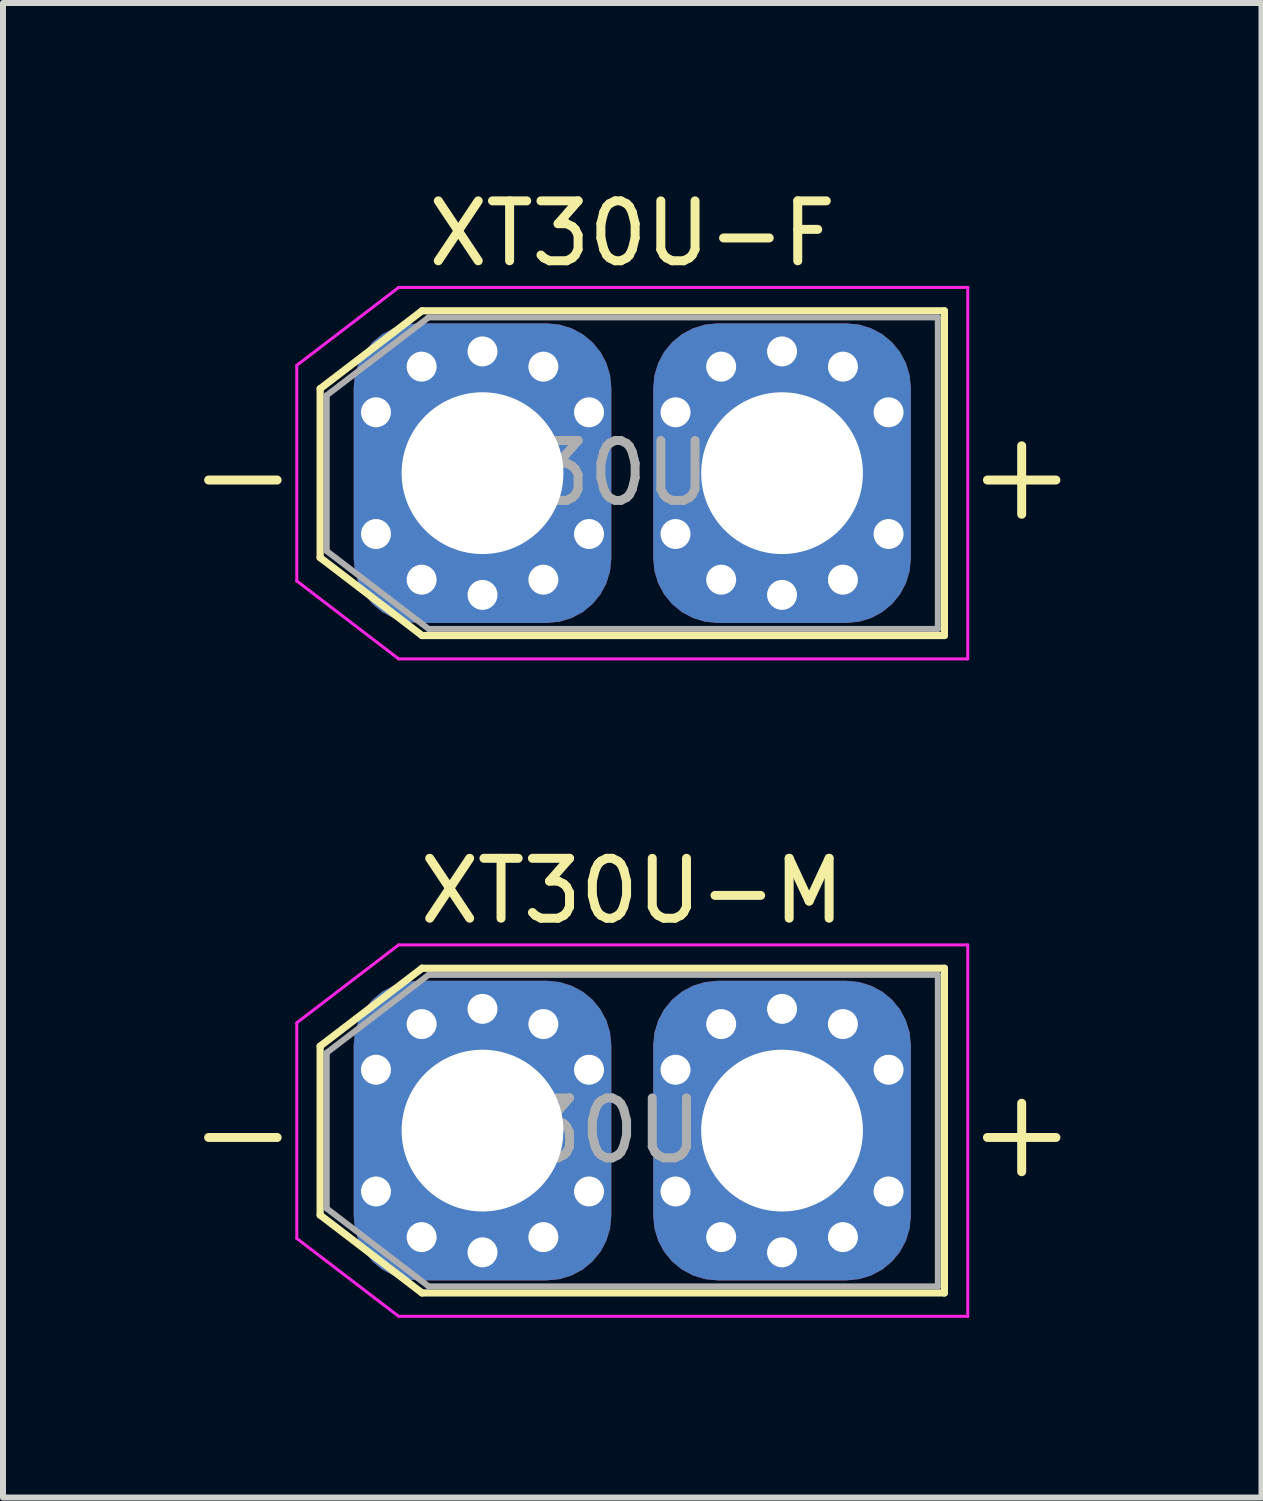
<source format=kicad_pcb>
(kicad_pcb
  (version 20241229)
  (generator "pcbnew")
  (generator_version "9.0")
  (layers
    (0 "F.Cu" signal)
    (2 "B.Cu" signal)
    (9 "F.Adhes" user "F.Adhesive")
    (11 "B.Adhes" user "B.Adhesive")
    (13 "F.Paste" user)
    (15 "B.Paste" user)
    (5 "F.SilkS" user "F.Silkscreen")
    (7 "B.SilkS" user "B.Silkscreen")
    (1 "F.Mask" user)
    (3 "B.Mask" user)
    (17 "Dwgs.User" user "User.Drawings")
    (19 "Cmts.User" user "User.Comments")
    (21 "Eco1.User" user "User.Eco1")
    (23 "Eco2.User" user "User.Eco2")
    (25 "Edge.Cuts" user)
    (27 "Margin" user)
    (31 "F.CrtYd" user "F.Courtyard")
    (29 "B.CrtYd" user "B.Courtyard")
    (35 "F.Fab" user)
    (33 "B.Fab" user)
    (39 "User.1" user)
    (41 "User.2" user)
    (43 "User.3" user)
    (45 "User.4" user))
  (footprint "XT30U-F"
    (layer "F.Cu")
    (at 5.004 4.848)
    (property "Reference" "XT30U-F" (at 2.5 -4 0) (layer "F.SilkS") (effects (font (size 1 1) (thickness 0.15))))
    (attr through_hole)
    (fp_line (start -2.71 -1.41) (end -2.71 1.41) (stroke (width 0.12) (type solid)) (layer "F.SilkS"))
    (fp_line (start -2.71 -1.41) (end -1.01 -2.71) (stroke (width 0.12) (type solid)) (layer "F.SilkS"))
    (fp_line (start -2.71 1.41) (end -1.01 2.71) (stroke (width 0.12) (type solid)) (layer "F.SilkS"))
    (fp_line (start -1.01 -2.71) (end 7.71 -2.71) (stroke (width 0.12) (type solid)) (layer "F.SilkS"))
    (fp_line (start -1.01 2.71) (end 7.71 2.71) (stroke (width 0.12) (type solid)) (layer "F.SilkS"))
    (fp_line (start 7.71 -2.71) (end 7.71 2.71) (stroke (width 0.12) (type solid)) (layer "F.SilkS"))
    (fp_line (start -3.1 -1.8) (end -3.1 1.8) (stroke (width 0.05) (type solid)) (layer "F.CrtYd"))
    (fp_line (start -3.1 -1.8) (end -1.4 -3.1) (stroke (width 0.05) (type solid)) (layer "F.CrtYd"))
    (fp_line (start -3.1 1.8) (end -1.4 3.1) (stroke (width 0.05) (type solid)) (layer "F.CrtYd"))
    (fp_line (start -1.4 -3.1) (end 8.1 -3.1) (stroke (width 0.05) (type solid)) (layer "F.CrtYd"))
    (fp_line (start -1.4 3.1) (end 8.1 3.1) (stroke (width 0.05) (type solid)) (layer "F.CrtYd"))
    (fp_line (start 8.1 -3.1) (end 8.1 3.1) (stroke (width 0.05) (type solid)) (layer "F.CrtYd"))
    (fp_line (start -2.6 -1.3) (end -2.6 1.3) (stroke (width 0.1) (type solid)) (layer "F.Fab"))
    (fp_line (start -2.6 -1.3) (end -0.9 -2.6) (stroke (width 0.1) (type solid)) (layer "F.Fab"))
    (fp_line (start -2.6 1.3) (end -0.9 2.6) (stroke (width 0.1) (type solid)) (layer "F.Fab"))
    (fp_line (start -0.9 -2.6) (end 7.6 -2.6) (stroke (width 0.1) (type solid)) (layer "F.Fab"))
    (fp_line (start -0.9 2.6) (end 7.6 2.6) (stroke (width 0.1) (type solid)) (layer "F.Fab"))
    (fp_line (start 7.6 -2.6) (end 7.6 2.6) (stroke (width 0.1) (type solid)) (layer "F.Fab"))
    (fp_text user "+" (at 9 0 0) (layer "F.SilkS") (effects (font (size 1.5 1.5) (thickness 0.15))))
    (fp_text user "-" (at -4 0 0) (layer "F.SilkS") (effects (font (size 1.5 1.5) (thickness 0.15))))
    (fp_text user "${REFERENCE}" (at 2.5 0 0) (layer "F.Fab") (effects (font (size 1 1) (thickness 0.15))))
    (pad "1" thru_hole circle (at -1.778 -1.016) (size 0.7 0.7) (drill 0.5) (layers "*.Cu" "*.Mask"))
    (pad "1" thru_hole circle (at -1.778 1.016) (size 0.7 0.7) (drill 0.5) (layers "*.Cu" "*.Mask"))
    (pad "1" thru_hole circle (at -1.016 -1.778) (size 0.7 0.7) (drill 0.5) (layers "*.Cu" "*.Mask"))
    (pad "1" thru_hole circle (at -1.016 1.778) (size 0.7 0.7) (drill 0.5) (layers "*.Cu" "*.Mask"))
    (pad "1" thru_hole circle (at 0 -2.032) (size 0.7 0.7) (drill 0.5) (layers "*.Cu" "*.Mask"))
    (pad "1" thru_hole roundrect (at 0 0) (size 4.3 5) (drill 2.7) (layers "*.Cu" "*.Mask") (roundrect_rratio 0.25))
    (pad "1" thru_hole circle (at 0 2.032) (size 0.7 0.7) (drill 0.5) (layers "*.Cu" "*.Mask"))
    (pad "1" thru_hole circle (at 1.016 -1.778) (size 0.7 0.7) (drill 0.5) (layers "*.Cu" "*.Mask"))
    (pad "1" thru_hole circle (at 1.016 1.778) (size 0.7 0.7) (drill 0.5) (layers "*.Cu" "*.Mask"))
    (pad "1" thru_hole circle (at 1.778 -1.016) (size 0.7 0.7) (drill 0.5) (layers "*.Cu" "*.Mask"))
    (pad "1" thru_hole circle (at 1.778 1.016) (size 0.7 0.7) (drill 0.5) (layers "*.Cu" "*.Mask"))
    (pad "2" thru_hole circle (at 3.222 -1.016) (size 0.7 0.7) (drill 0.5) (layers "*.Cu" "*.Mask"))
    (pad "2" thru_hole circle (at 3.222 1.016) (size 0.7 0.7) (drill 0.5) (layers "*.Cu" "*.Mask"))
    (pad "2" thru_hole circle (at 3.984 -1.778) (size 0.7 0.7) (drill 0.5) (layers "*.Cu" "*.Mask"))
    (pad "2" thru_hole circle (at 3.984 1.778) (size 0.7 0.7) (drill 0.5) (layers "*.Cu" "*.Mask"))
    (pad "2" thru_hole circle (at 5 -2.032) (size 0.7 0.7) (drill 0.5) (layers "*.Cu" "*.Mask"))
    (pad "2" thru_hole roundrect (at 5 0) (size 4.3 5) (drill 2.7) (layers "*.Cu" "*.Mask") (roundrect_rratio 0.25))
    (pad "2" thru_hole circle (at 5 2.032) (size 0.7 0.7) (drill 0.5) (layers "*.Cu" "*.Mask"))
    (pad "2" thru_hole circle (at 6.016 -1.778) (size 0.7 0.7) (drill 0.5) (layers "*.Cu" "*.Mask"))
    (pad "2" thru_hole circle (at 6.016 1.778) (size 0.7 0.7) (drill 0.5) (layers "*.Cu" "*.Mask"))
    (pad "2" thru_hole circle (at 6.778 -1.016) (size 0.7 0.7) (drill 0.5) (layers "*.Cu" "*.Mask"))
    (pad "2" thru_hole circle (at 6.778 1.016) (size 0.7 0.7) (drill 0.5) (layers "*.Cu" "*.Mask")))
  (footprint "XT30U-M"
    (layer "F.Cu")
    (at 5.004 15.822)
    (property "Reference" "XT30U-M" (at 2.5 -4 0) (layer "F.SilkS") (effects (font (size 1 1) (thickness 0.15))))
    (attr through_hole)
    (fp_line (start -2.71 -1.41) (end -2.71 1.41) (stroke (width 0.12) (type solid)) (layer "F.SilkS"))
    (fp_line (start -2.71 -1.41) (end -1.01 -2.71) (stroke (width 0.12) (type solid)) (layer "F.SilkS"))
    (fp_line (start -2.71 1.41) (end -1.01 2.71) (stroke (width 0.12) (type solid)) (layer "F.SilkS"))
    (fp_line (start -1.01 -2.71) (end 7.71 -2.71) (stroke (width 0.12) (type solid)) (layer "F.SilkS"))
    (fp_line (start -1.01 2.71) (end 7.71 2.71) (stroke (width 0.12) (type solid)) (layer "F.SilkS"))
    (fp_line (start 7.71 -2.71) (end 7.71 2.71) (stroke (width 0.12) (type solid)) (layer "F.SilkS"))
    (fp_line (start -3.1 -1.8) (end -3.1 1.8) (stroke (width 0.05) (type solid)) (layer "F.CrtYd"))
    (fp_line (start -3.1 -1.8) (end -1.4 -3.1) (stroke (width 0.05) (type solid)) (layer "F.CrtYd"))
    (fp_line (start -3.1 1.8) (end -1.4 3.1) (stroke (width 0.05) (type solid)) (layer "F.CrtYd"))
    (fp_line (start -1.4 -3.1) (end 8.1 -3.1) (stroke (width 0.05) (type solid)) (layer "F.CrtYd"))
    (fp_line (start -1.4 3.1) (end 8.1 3.1) (stroke (width 0.05) (type solid)) (layer "F.CrtYd"))
    (fp_line (start 8.1 -3.1) (end 8.1 3.1) (stroke (width 0.05) (type solid)) (layer "F.CrtYd"))
    (fp_line (start -2.6 -1.3) (end -2.6 1.3) (stroke (width 0.1) (type solid)) (layer "F.Fab"))
    (fp_line (start -2.6 -1.3) (end -0.9 -2.6) (stroke (width 0.1) (type solid)) (layer "F.Fab"))
    (fp_line (start -2.6 1.3) (end -0.9 2.6) (stroke (width 0.1) (type solid)) (layer "F.Fab"))
    (fp_line (start -0.9 -2.6) (end 7.6 -2.6) (stroke (width 0.1) (type solid)) (layer "F.Fab"))
    (fp_line (start -0.9 2.6) (end 7.6 2.6) (stroke (width 0.1) (type solid)) (layer "F.Fab"))
    (fp_line (start 7.6 -2.6) (end 7.6 2.6) (stroke (width 0.1) (type solid)) (layer "F.Fab"))
    (fp_text user "+" (at 9 0 0) (layer "F.SilkS") (effects (font (size 1.5 1.5) (thickness 0.15))))
    (fp_text user "-" (at -4 0 0) (layer "F.SilkS") (effects (font (size 1.5 1.5) (thickness 0.15))))
    (fp_text user "${REFERENCE}" (at 2.5 0 0) (layer "F.Fab") (effects (font (size 1 1) (thickness 0.15))))
    (pad "1" thru_hole circle (at -1.778 -1.016) (size 0.7 0.7) (drill 0.5) (layers "*.Cu" "*.Mask"))
    (pad "1" thru_hole circle (at -1.778 1.016) (size 0.7 0.7) (drill 0.5) (layers "*.Cu" "*.Mask"))
    (pad "1" thru_hole circle (at -1.016 -1.778) (size 0.7 0.7) (drill 0.5) (layers "*.Cu" "*.Mask"))
    (pad "1" thru_hole circle (at -1.016 1.778) (size 0.7 0.7) (drill 0.5) (layers "*.Cu" "*.Mask"))
    (pad "1" thru_hole circle (at 0 -2.032) (size 0.7 0.7) (drill 0.5) (layers "*.Cu" "*.Mask"))
    (pad "1" thru_hole roundrect (at 0 0) (size 4.3 5) (drill 2.7) (layers "*.Cu" "*.Mask") (roundrect_rratio 0.25))
    (pad "1" thru_hole circle (at 0 2.032) (size 0.7 0.7) (drill 0.5) (layers "*.Cu" "*.Mask"))
    (pad "1" thru_hole circle (at 1.016 -1.778) (size 0.7 0.7) (drill 0.5) (layers "*.Cu" "*.Mask"))
    (pad "1" thru_hole circle (at 1.016 1.778) (size 0.7 0.7) (drill 0.5) (layers "*.Cu" "*.Mask"))
    (pad "1" thru_hole circle (at 1.778 -1.016) (size 0.7 0.7) (drill 0.5) (layers "*.Cu" "*.Mask"))
    (pad "1" thru_hole circle (at 1.778 1.016) (size 0.7 0.7) (drill 0.5) (layers "*.Cu" "*.Mask"))
    (pad "2" thru_hole circle (at 3.222 -1.016) (size 0.7 0.7) (drill 0.5) (layers "*.Cu" "*.Mask"))
    (pad "2" thru_hole circle (at 3.222 1.016) (size 0.7 0.7) (drill 0.5) (layers "*.Cu" "*.Mask"))
    (pad "2" thru_hole circle (at 3.984 -1.778) (size 0.7 0.7) (drill 0.5) (layers "*.Cu" "*.Mask"))
    (pad "2" thru_hole circle (at 3.984 1.778) (size 0.7 0.7) (drill 0.5) (layers "*.Cu" "*.Mask"))
    (pad "2" thru_hole circle (at 5 -2.032) (size 0.7 0.7) (drill 0.5) (layers "*.Cu" "*.Mask"))
    (pad "2" thru_hole roundrect (at 5 0) (size 4.3 5) (drill 2.7) (layers "*.Cu" "*.Mask") (roundrect_rratio 0.25))
    (pad "2" thru_hole circle (at 5 2.032) (size 0.7 0.7) (drill 0.5) (layers "*.Cu" "*.Mask"))
    (pad "2" thru_hole circle (at 6.016 -1.778) (size 0.7 0.7) (drill 0.5) (layers "*.Cu" "*.Mask"))
    (pad "2" thru_hole circle (at 6.016 1.778) (size 0.7 0.7) (drill 0.5) (layers "*.Cu" "*.Mask"))
    (pad "2" thru_hole circle (at 6.778 -1.016) (size 0.7 0.7) (drill 0.5) (layers "*.Cu" "*.Mask"))
    (pad "2" thru_hole circle (at 6.778 1.016) (size 0.7 0.7) (drill 0.5) (layers "*.Cu" "*.Mask")))
  (gr_rect
    (start -3 -3)
    (end 18.007 21.947)
    (stroke (width 0.1) (type default))
    (fill no)
    (layer "Edge.Cuts")))
</source>
